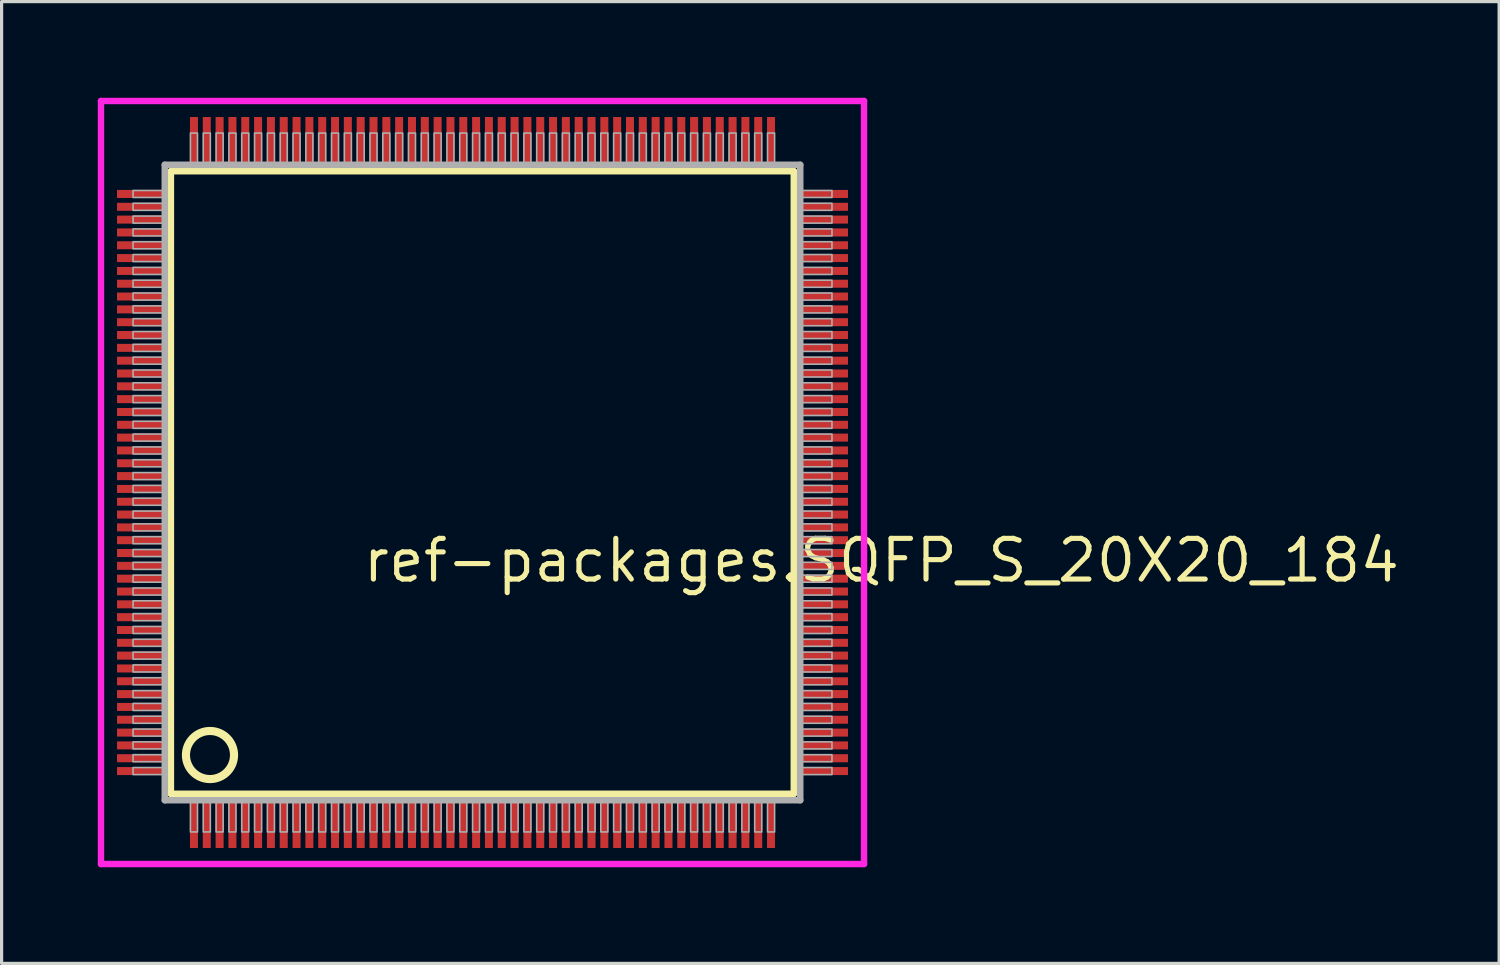
<source format=kicad_pcb>
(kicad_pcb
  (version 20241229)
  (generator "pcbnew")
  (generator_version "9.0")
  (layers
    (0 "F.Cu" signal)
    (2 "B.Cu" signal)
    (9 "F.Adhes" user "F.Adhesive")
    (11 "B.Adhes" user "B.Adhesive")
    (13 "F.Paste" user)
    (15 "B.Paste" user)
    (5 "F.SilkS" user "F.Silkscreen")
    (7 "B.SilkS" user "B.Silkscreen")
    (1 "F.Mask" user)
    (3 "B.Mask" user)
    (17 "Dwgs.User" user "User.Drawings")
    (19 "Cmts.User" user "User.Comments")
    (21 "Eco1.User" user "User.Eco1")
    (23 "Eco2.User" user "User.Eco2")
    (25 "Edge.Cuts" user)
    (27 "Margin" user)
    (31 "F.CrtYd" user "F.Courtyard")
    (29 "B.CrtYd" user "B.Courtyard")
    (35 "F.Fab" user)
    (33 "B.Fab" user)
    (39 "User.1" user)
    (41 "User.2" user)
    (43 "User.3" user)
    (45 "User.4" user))
  (footprint "ref-packages.SQFP_S_20X20_184"
    (layer "F.Cu")
    (at 12 12)
    (property "Reference" "ref-packages.SQFP_S_20X20_184" (at -3.81 3.175 0) (layer "F.SilkS") (effects (font (size 1.27 1.27) (thickness 0.16)) (justify left bottom)))
    (attr smd)
    (fp_line (start -9.72 -9.71) (end 9.71 -9.71) (stroke (width 0.203) (type default)) (layer "F.SilkS"))
    (fp_line (start -9.72 9.71) (end -9.72 -9.71) (stroke (width 0.203) (type default)) (layer "F.SilkS"))
    (fp_line (start 9.71 -9.71) (end 9.71 9.71) (stroke (width 0.203) (type default)) (layer "F.SilkS"))
    (fp_line (start 9.71 9.71) (end -9.72 9.71) (stroke (width 0.203) (type default)) (layer "F.SilkS"))
    (fp_circle (center -8.5 8.5) (end -7.75 8.5) (stroke (width 0.254) (type default)) (fill no) (layer "F.SilkS"))
    (fp_line (start -11.9 -11.9) (end 11.9 -11.9) (stroke (width 0.2) (type default)) (layer "F.CrtYd"))
    (fp_line (start -11.9 11.9) (end -11.9 -11.9) (stroke (width 0.2) (type default)) (layer "F.CrtYd"))
    (fp_line (start 11.9 -11.9) (end 11.9 11.9) (stroke (width 0.2) (type default)) (layer "F.CrtYd"))
    (fp_line (start 11.9 11.9) (end -11.9 11.9) (stroke (width 0.2) (type default)) (layer "F.CrtYd"))
    (fp_line (start -9.91 -9.91) (end -9.91 9.91) (stroke (width 0.203) (type default)) (layer "F.Fab"))
    (fp_line (start -9.91 9.91) (end 9.91 9.91) (stroke (width 0.203) (type default)) (layer "F.Fab"))
    (fp_line (start 9.91 -9.91) (end -9.91 -9.91) (stroke (width 0.203) (type default)) (layer "F.Fab"))
    (fp_line (start 9.91 9.91) (end 9.91 -9.91) (stroke (width 0.203) (type default)) (layer "F.Fab"))
    (fp_rect (start -10.9 -8.89) (end -9.95 -9.11) (stroke (width 0.05) (type default)) (fill no) (layer "F.Fab"))
    (fp_rect (start -10.9 -8.49) (end -9.95 -8.71) (stroke (width 0.05) (type default)) (fill no) (layer "F.Fab"))
    (fp_rect (start -10.9 -8.09) (end -9.95 -8.31) (stroke (width 0.05) (type default)) (fill no) (layer "F.Fab"))
    (fp_rect (start -10.9 -7.69) (end -9.95 -7.91) (stroke (width 0.05) (type default)) (fill no) (layer "F.Fab"))
    (fp_rect (start -10.9 -7.29) (end -9.95 -7.51) (stroke (width 0.05) (type default)) (fill no) (layer "F.Fab"))
    (fp_rect (start -10.9 -6.89) (end -9.95 -7.11) (stroke (width 0.05) (type default)) (fill no) (layer "F.Fab"))
    (fp_rect (start -10.9 -6.49) (end -9.95 -6.71) (stroke (width 0.05) (type default)) (fill no) (layer "F.Fab"))
    (fp_rect (start -10.9 -6.09) (end -9.95 -6.31) (stroke (width 0.05) (type default)) (fill no) (layer "F.Fab"))
    (fp_rect (start -10.9 -5.69) (end -9.95 -5.91) (stroke (width 0.05) (type default)) (fill no) (layer "F.Fab"))
    (fp_rect (start -10.9 -5.29) (end -9.95 -5.51) (stroke (width 0.05) (type default)) (fill no) (layer "F.Fab"))
    (fp_rect (start -10.9 -4.89) (end -9.95 -5.11) (stroke (width 0.05) (type default)) (fill no) (layer "F.Fab"))
    (fp_rect (start -10.9 -4.49) (end -9.95 -4.71) (stroke (width 0.05) (type default)) (fill no) (layer "F.Fab"))
    (fp_rect (start -10.9 -4.09) (end -9.95 -4.31) (stroke (width 0.05) (type default)) (fill no) (layer "F.Fab"))
    (fp_rect (start -10.9 -3.69) (end -9.95 -3.91) (stroke (width 0.05) (type default)) (fill no) (layer "F.Fab"))
    (fp_rect (start -10.9 -3.29) (end -9.95 -3.51) (stroke (width 0.05) (type default)) (fill no) (layer "F.Fab"))
    (fp_rect (start -10.9 -2.89) (end -9.95 -3.11) (stroke (width 0.05) (type default)) (fill no) (layer "F.Fab"))
    (fp_rect (start -10.9 -2.49) (end -9.95 -2.71) (stroke (width 0.05) (type default)) (fill no) (layer "F.Fab"))
    (fp_rect (start -10.9 -2.09) (end -9.95 -2.31) (stroke (width 0.05) (type default)) (fill no) (layer "F.Fab"))
    (fp_rect (start -10.9 -1.69) (end -9.95 -1.91) (stroke (width 0.05) (type default)) (fill no) (layer "F.Fab"))
    (fp_rect (start -10.9 -1.29) (end -9.95 -1.51) (stroke (width 0.05) (type default)) (fill no) (layer "F.Fab"))
    (fp_rect (start -10.9 -0.89) (end -9.95 -1.11) (stroke (width 0.05) (type default)) (fill no) (layer "F.Fab"))
    (fp_rect (start -10.9 -0.49) (end -9.95 -0.71) (stroke (width 0.05) (type default)) (fill no) (layer "F.Fab"))
    (fp_rect (start -10.9 -0.09) (end -9.95 -0.31) (stroke (width 0.05) (type default)) (fill no) (layer "F.Fab"))
    (fp_rect (start -10.9 0.31) (end -9.95 0.09) (stroke (width 0.05) (type default)) (fill no) (layer "F.Fab"))
    (fp_rect (start -10.9 0.71) (end -9.95 0.49) (stroke (width 0.05) (type default)) (fill no) (layer "F.Fab"))
    (fp_rect (start -10.9 1.11) (end -9.95 0.89) (stroke (width 0.05) (type default)) (fill no) (layer "F.Fab"))
    (fp_rect (start -10.9 1.51) (end -9.95 1.29) (stroke (width 0.05) (type default)) (fill no) (layer "F.Fab"))
    (fp_rect (start -10.9 1.91) (end -9.95 1.69) (stroke (width 0.05) (type default)) (fill no) (layer "F.Fab"))
    (fp_rect (start -10.9 2.31) (end -9.95 2.09) (stroke (width 0.05) (type default)) (fill no) (layer "F.Fab"))
    (fp_rect (start -10.9 2.71) (end -9.95 2.49) (stroke (width 0.05) (type default)) (fill no) (layer "F.Fab"))
    (fp_rect (start -10.9 3.11) (end -9.95 2.89) (stroke (width 0.05) (type default)) (fill no) (layer "F.Fab"))
    (fp_rect (start -10.9 3.51) (end -9.95 3.29) (stroke (width 0.05) (type default)) (fill no) (layer "F.Fab"))
    (fp_rect (start -10.9 3.91) (end -9.95 3.69) (stroke (width 0.05) (type default)) (fill no) (layer "F.Fab"))
    (fp_rect (start -10.9 4.31) (end -9.95 4.09) (stroke (width 0.05) (type default)) (fill no) (layer "F.Fab"))
    (fp_rect (start -10.9 4.71) (end -9.95 4.49) (stroke (width 0.05) (type default)) (fill no) (layer "F.Fab"))
    (fp_rect (start -10.9 5.11) (end -9.95 4.89) (stroke (width 0.05) (type default)) (fill no) (layer "F.Fab"))
    (fp_rect (start -10.9 5.51) (end -9.95 5.29) (stroke (width 0.05) (type default)) (fill no) (layer "F.Fab"))
    (fp_rect (start -10.9 5.91) (end -9.95 5.69) (stroke (width 0.05) (type default)) (fill no) (layer "F.Fab"))
    (fp_rect (start -10.9 6.31) (end -9.95 6.09) (stroke (width 0.05) (type default)) (fill no) (layer "F.Fab"))
    (fp_rect (start -10.9 6.71) (end -9.95 6.49) (stroke (width 0.05) (type default)) (fill no) (layer "F.Fab"))
    (fp_rect (start -10.9 7.11) (end -9.95 6.89) (stroke (width 0.05) (type default)) (fill no) (layer "F.Fab"))
    (fp_rect (start -10.9 7.51) (end -9.95 7.29) (stroke (width 0.05) (type default)) (fill no) (layer "F.Fab"))
    (fp_rect (start -10.9 7.91) (end -9.95 7.69) (stroke (width 0.05) (type default)) (fill no) (layer "F.Fab"))
    (fp_rect (start -10.9 8.31) (end -9.95 8.09) (stroke (width 0.05) (type default)) (fill no) (layer "F.Fab"))
    (fp_rect (start -10.9 8.71) (end -9.95 8.49) (stroke (width 0.05) (type default)) (fill no) (layer "F.Fab"))
    (fp_rect (start -10.9 9.11) (end -9.95 8.89) (stroke (width 0.05) (type default)) (fill no) (layer "F.Fab"))
    (fp_rect (start -9.11 -9.95) (end -8.89 -10.9) (stroke (width 0.05) (type default)) (fill no) (layer "F.Fab"))
    (fp_rect (start -9.11 10.9) (end -8.89 9.95) (stroke (width 0.05) (type default)) (fill no) (layer "F.Fab"))
    (fp_rect (start -8.71 -9.95) (end -8.49 -10.9) (stroke (width 0.05) (type default)) (fill no) (layer "F.Fab"))
    (fp_rect (start -8.71 10.9) (end -8.49 9.95) (stroke (width 0.05) (type default)) (fill no) (layer "F.Fab"))
    (fp_rect (start -8.31 -9.95) (end -8.09 -10.9) (stroke (width 0.05) (type default)) (fill no) (layer "F.Fab"))
    (fp_rect (start -8.31 10.9) (end -8.09 9.95) (stroke (width 0.05) (type default)) (fill no) (layer "F.Fab"))
    (fp_rect (start -7.91 -9.95) (end -7.69 -10.9) (stroke (width 0.05) (type default)) (fill no) (layer "F.Fab"))
    (fp_rect (start -7.91 10.9) (end -7.69 9.95) (stroke (width 0.05) (type default)) (fill no) (layer "F.Fab"))
    (fp_rect (start -7.51 -9.95) (end -7.29 -10.9) (stroke (width 0.05) (type default)) (fill no) (layer "F.Fab"))
    (fp_rect (start -7.51 10.9) (end -7.29 9.95) (stroke (width 0.05) (type default)) (fill no) (layer "F.Fab"))
    (fp_rect (start -7.11 -9.95) (end -6.89 -10.9) (stroke (width 0.05) (type default)) (fill no) (layer "F.Fab"))
    (fp_rect (start -7.11 10.9) (end -6.89 9.95) (stroke (width 0.05) (type default)) (fill no) (layer "F.Fab"))
    (fp_rect (start -6.71 -9.95) (end -6.49 -10.9) (stroke (width 0.05) (type default)) (fill no) (layer "F.Fab"))
    (fp_rect (start -6.71 10.9) (end -6.49 9.95) (stroke (width 0.05) (type default)) (fill no) (layer "F.Fab"))
    (fp_rect (start -6.31 -9.95) (end -6.09 -10.9) (stroke (width 0.05) (type default)) (fill no) (layer "F.Fab"))
    (fp_rect (start -6.31 10.9) (end -6.09 9.95) (stroke (width 0.05) (type default)) (fill no) (layer "F.Fab"))
    (fp_rect (start -5.91 -9.95) (end -5.69 -10.9) (stroke (width 0.05) (type default)) (fill no) (layer "F.Fab"))
    (fp_rect (start -5.91 10.9) (end -5.69 9.95) (stroke (width 0.05) (type default)) (fill no) (layer "F.Fab"))
    (fp_rect (start -5.51 -9.95) (end -5.29 -10.9) (stroke (width 0.05) (type default)) (fill no) (layer "F.Fab"))
    (fp_rect (start -5.51 10.9) (end -5.29 9.95) (stroke (width 0.05) (type default)) (fill no) (layer "F.Fab"))
    (fp_rect (start -5.11 -9.95) (end -4.89 -10.9) (stroke (width 0.05) (type default)) (fill no) (layer "F.Fab"))
    (fp_rect (start -5.11 10.9) (end -4.89 9.95) (stroke (width 0.05) (type default)) (fill no) (layer "F.Fab"))
    (fp_rect (start -4.71 -9.95) (end -4.49 -10.9) (stroke (width 0.05) (type default)) (fill no) (layer "F.Fab"))
    (fp_rect (start -4.71 10.9) (end -4.49 9.95) (stroke (width 0.05) (type default)) (fill no) (layer "F.Fab"))
    (fp_rect (start -4.31 -9.95) (end -4.09 -10.9) (stroke (width 0.05) (type default)) (fill no) (layer "F.Fab"))
    (fp_rect (start -4.31 10.9) (end -4.09 9.95) (stroke (width 0.05) (type default)) (fill no) (layer "F.Fab"))
    (fp_rect (start -3.91 -9.95) (end -3.69 -10.9) (stroke (width 0.05) (type default)) (fill no) (layer "F.Fab"))
    (fp_rect (start -3.91 10.9) (end -3.69 9.95) (stroke (width 0.05) (type default)) (fill no) (layer "F.Fab"))
    (fp_rect (start -3.51 -9.95) (end -3.29 -10.9) (stroke (width 0.05) (type default)) (fill no) (layer "F.Fab"))
    (fp_rect (start -3.51 10.9) (end -3.29 9.95) (stroke (width 0.05) (type default)) (fill no) (layer "F.Fab"))
    (fp_rect (start -3.11 -9.95) (end -2.89 -10.9) (stroke (width 0.05) (type default)) (fill no) (layer "F.Fab"))
    (fp_rect (start -3.11 10.9) (end -2.89 9.95) (stroke (width 0.05) (type default)) (fill no) (layer "F.Fab"))
    (fp_rect (start -2.71 -9.95) (end -2.49 -10.9) (stroke (width 0.05) (type default)) (fill no) (layer "F.Fab"))
    (fp_rect (start -2.71 10.9) (end -2.49 9.95) (stroke (width 0.05) (type default)) (fill no) (layer "F.Fab"))
    (fp_rect (start -2.31 -9.95) (end -2.09 -10.9) (stroke (width 0.05) (type default)) (fill no) (layer "F.Fab"))
    (fp_rect (start -2.31 10.9) (end -2.09 9.95) (stroke (width 0.05) (type default)) (fill no) (layer "F.Fab"))
    (fp_rect (start -1.91 -9.95) (end -1.69 -10.9) (stroke (width 0.05) (type default)) (fill no) (layer "F.Fab"))
    (fp_rect (start -1.91 10.9) (end -1.69 9.95) (stroke (width 0.05) (type default)) (fill no) (layer "F.Fab"))
    (fp_rect (start -1.51 -9.95) (end -1.29 -10.9) (stroke (width 0.05) (type default)) (fill no) (layer "F.Fab"))
    (fp_rect (start -1.51 10.9) (end -1.29 9.95) (stroke (width 0.05) (type default)) (fill no) (layer "F.Fab"))
    (fp_rect (start -1.11 -9.95) (end -0.89 -10.9) (stroke (width 0.05) (type default)) (fill no) (layer "F.Fab"))
    (fp_rect (start -1.11 10.9) (end -0.89 9.95) (stroke (width 0.05) (type default)) (fill no) (layer "F.Fab"))
    (fp_rect (start -0.71 -9.95) (end -0.49 -10.9) (stroke (width 0.05) (type default)) (fill no) (layer "F.Fab"))
    (fp_rect (start -0.71 10.9) (end -0.49 9.95) (stroke (width 0.05) (type default)) (fill no) (layer "F.Fab"))
    (fp_rect (start -0.31 -9.95) (end -0.09 -10.9) (stroke (width 0.05) (type default)) (fill no) (layer "F.Fab"))
    (fp_rect (start -0.31 10.9) (end -0.09 9.95) (stroke (width 0.05) (type default)) (fill no) (layer "F.Fab"))
    (fp_rect (start 0.09 -9.95) (end 0.31 -10.9) (stroke (width 0.05) (type default)) (fill no) (layer "F.Fab"))
    (fp_rect (start 0.09 10.9) (end 0.31 9.95) (stroke (width 0.05) (type default)) (fill no) (layer "F.Fab"))
    (fp_rect (start 0.49 -9.95) (end 0.71 -10.9) (stroke (width 0.05) (type default)) (fill no) (layer "F.Fab"))
    (fp_rect (start 0.49 10.9) (end 0.71 9.95) (stroke (width 0.05) (type default)) (fill no) (layer "F.Fab"))
    (fp_rect (start 0.89 -9.95) (end 1.11 -10.9) (stroke (width 0.05) (type default)) (fill no) (layer "F.Fab"))
    (fp_rect (start 0.89 10.9) (end 1.11 9.95) (stroke (width 0.05) (type default)) (fill no) (layer "F.Fab"))
    (fp_rect (start 1.29 -9.95) (end 1.51 -10.9) (stroke (width 0.05) (type default)) (fill no) (layer "F.Fab"))
    (fp_rect (start 1.29 10.9) (end 1.51 9.95) (stroke (width 0.05) (type default)) (fill no) (layer "F.Fab"))
    (fp_rect (start 1.69 -9.95) (end 1.91 -10.9) (stroke (width 0.05) (type default)) (fill no) (layer "F.Fab"))
    (fp_rect (start 1.69 10.9) (end 1.91 9.95) (stroke (width 0.05) (type default)) (fill no) (layer "F.Fab"))
    (fp_rect (start 2.09 -9.95) (end 2.31 -10.9) (stroke (width 0.05) (type default)) (fill no) (layer "F.Fab"))
    (fp_rect (start 2.09 10.9) (end 2.31 9.95) (stroke (width 0.05) (type default)) (fill no) (layer "F.Fab"))
    (fp_rect (start 2.49 -9.95) (end 2.71 -10.9) (stroke (width 0.05) (type default)) (fill no) (layer "F.Fab"))
    (fp_rect (start 2.49 10.9) (end 2.71 9.95) (stroke (width 0.05) (type default)) (fill no) (layer "F.Fab"))
    (fp_rect (start 2.89 -9.95) (end 3.11 -10.9) (stroke (width 0.05) (type default)) (fill no) (layer "F.Fab"))
    (fp_rect (start 2.89 10.9) (end 3.11 9.95) (stroke (width 0.05) (type default)) (fill no) (layer "F.Fab"))
    (fp_rect (start 3.29 -9.95) (end 3.51 -10.9) (stroke (width 0.05) (type default)) (fill no) (layer "F.Fab"))
    (fp_rect (start 3.29 10.9) (end 3.51 9.95) (stroke (width 0.05) (type default)) (fill no) (layer "F.Fab"))
    (fp_rect (start 3.69 -9.95) (end 3.91 -10.9) (stroke (width 0.05) (type default)) (fill no) (layer "F.Fab"))
    (fp_rect (start 3.69 10.9) (end 3.91 9.95) (stroke (width 0.05) (type default)) (fill no) (layer "F.Fab"))
    (fp_rect (start 4.09 -9.95) (end 4.31 -10.9) (stroke (width 0.05) (type default)) (fill no) (layer "F.Fab"))
    (fp_rect (start 4.09 10.9) (end 4.31 9.95) (stroke (width 0.05) (type default)) (fill no) (layer "F.Fab"))
    (fp_rect (start 4.49 -9.95) (end 4.71 -10.9) (stroke (width 0.05) (type default)) (fill no) (layer "F.Fab"))
    (fp_rect (start 4.49 10.9) (end 4.71 9.95) (stroke (width 0.05) (type default)) (fill no) (layer "F.Fab"))
    (fp_rect (start 4.89 -9.95) (end 5.11 -10.9) (stroke (width 0.05) (type default)) (fill no) (layer "F.Fab"))
    (fp_rect (start 4.89 10.9) (end 5.11 9.95) (stroke (width 0.05) (type default)) (fill no) (layer "F.Fab"))
    (fp_rect (start 5.29 -9.95) (end 5.51 -10.9) (stroke (width 0.05) (type default)) (fill no) (layer "F.Fab"))
    (fp_rect (start 5.29 10.9) (end 5.51 9.95) (stroke (width 0.05) (type default)) (fill no) (layer "F.Fab"))
    (fp_rect (start 5.69 -9.95) (end 5.91 -10.9) (stroke (width 0.05) (type default)) (fill no) (layer "F.Fab"))
    (fp_rect (start 5.69 10.9) (end 5.91 9.95) (stroke (width 0.05) (type default)) (fill no) (layer "F.Fab"))
    (fp_rect (start 6.09 -9.95) (end 6.31 -10.9) (stroke (width 0.05) (type default)) (fill no) (layer "F.Fab"))
    (fp_rect (start 6.09 10.9) (end 6.31 9.95) (stroke (width 0.05) (type default)) (fill no) (layer "F.Fab"))
    (fp_rect (start 6.49 -9.95) (end 6.71 -10.9) (stroke (width 0.05) (type default)) (fill no) (layer "F.Fab"))
    (fp_rect (start 6.49 10.9) (end 6.71 9.95) (stroke (width 0.05) (type default)) (fill no) (layer "F.Fab"))
    (fp_rect (start 6.89 -9.95) (end 7.11 -10.9) (stroke (width 0.05) (type default)) (fill no) (layer "F.Fab"))
    (fp_rect (start 6.89 10.9) (end 7.11 9.95) (stroke (width 0.05) (type default)) (fill no) (layer "F.Fab"))
    (fp_rect (start 7.29 -9.95) (end 7.51 -10.9) (stroke (width 0.05) (type default)) (fill no) (layer "F.Fab"))
    (fp_rect (start 7.29 10.9) (end 7.51 9.95) (stroke (width 0.05) (type default)) (fill no) (layer "F.Fab"))
    (fp_rect (start 7.69 -9.95) (end 7.91 -10.9) (stroke (width 0.05) (type default)) (fill no) (layer "F.Fab"))
    (fp_rect (start 7.69 10.9) (end 7.91 9.95) (stroke (width 0.05) (type default)) (fill no) (layer "F.Fab"))
    (fp_rect (start 8.09 -9.95) (end 8.31 -10.9) (stroke (width 0.05) (type default)) (fill no) (layer "F.Fab"))
    (fp_rect (start 8.09 10.9) (end 8.31 9.95) (stroke (width 0.05) (type default)) (fill no) (layer "F.Fab"))
    (fp_rect (start 8.49 -9.95) (end 8.71 -10.9) (stroke (width 0.05) (type default)) (fill no) (layer "F.Fab"))
    (fp_rect (start 8.49 10.9) (end 8.71 9.95) (stroke (width 0.05) (type default)) (fill no) (layer "F.Fab"))
    (fp_rect (start 8.89 -9.95) (end 9.11 -10.9) (stroke (width 0.05) (type default)) (fill no) (layer "F.Fab"))
    (fp_rect (start 8.89 10.9) (end 9.11 9.95) (stroke (width 0.05) (type default)) (fill no) (layer "F.Fab"))
    (fp_rect (start 9.95 -8.89) (end 10.9 -9.11) (stroke (width 0.05) (type default)) (fill no) (layer "F.Fab"))
    (fp_rect (start 9.95 -8.49) (end 10.9 -8.71) (stroke (width 0.05) (type default)) (fill no) (layer "F.Fab"))
    (fp_rect (start 9.95 -8.09) (end 10.9 -8.31) (stroke (width 0.05) (type default)) (fill no) (layer "F.Fab"))
    (fp_rect (start 9.95 -7.69) (end 10.9 -7.91) (stroke (width 0.05) (type default)) (fill no) (layer "F.Fab"))
    (fp_rect (start 9.95 -7.29) (end 10.9 -7.51) (stroke (width 0.05) (type default)) (fill no) (layer "F.Fab"))
    (fp_rect (start 9.95 -6.89) (end 10.9 -7.11) (stroke (width 0.05) (type default)) (fill no) (layer "F.Fab"))
    (fp_rect (start 9.95 -6.49) (end 10.9 -6.71) (stroke (width 0.05) (type default)) (fill no) (layer "F.Fab"))
    (fp_rect (start 9.95 -6.09) (end 10.9 -6.31) (stroke (width 0.05) (type default)) (fill no) (layer "F.Fab"))
    (fp_rect (start 9.95 -5.69) (end 10.9 -5.91) (stroke (width 0.05) (type default)) (fill no) (layer "F.Fab"))
    (fp_rect (start 9.95 -5.29) (end 10.9 -5.51) (stroke (width 0.05) (type default)) (fill no) (layer "F.Fab"))
    (fp_rect (start 9.95 -4.89) (end 10.9 -5.11) (stroke (width 0.05) (type default)) (fill no) (layer "F.Fab"))
    (fp_rect (start 9.95 -4.49) (end 10.9 -4.71) (stroke (width 0.05) (type default)) (fill no) (layer "F.Fab"))
    (fp_rect (start 9.95 -4.09) (end 10.9 -4.31) (stroke (width 0.05) (type default)) (fill no) (layer "F.Fab"))
    (fp_rect (start 9.95 -3.69) (end 10.9 -3.91) (stroke (width 0.05) (type default)) (fill no) (layer "F.Fab"))
    (fp_rect (start 9.95 -3.29) (end 10.9 -3.51) (stroke (width 0.05) (type default)) (fill no) (layer "F.Fab"))
    (fp_rect (start 9.95 -2.89) (end 10.9 -3.11) (stroke (width 0.05) (type default)) (fill no) (layer "F.Fab"))
    (fp_rect (start 9.95 -2.49) (end 10.9 -2.71) (stroke (width 0.05) (type default)) (fill no) (layer "F.Fab"))
    (fp_rect (start 9.95 -2.09) (end 10.9 -2.31) (stroke (width 0.05) (type default)) (fill no) (layer "F.Fab"))
    (fp_rect (start 9.95 -1.69) (end 10.9 -1.91) (stroke (width 0.05) (type default)) (fill no) (layer "F.Fab"))
    (fp_rect (start 9.95 -1.29) (end 10.9 -1.51) (stroke (width 0.05) (type default)) (fill no) (layer "F.Fab"))
    (fp_rect (start 9.95 -0.89) (end 10.9 -1.11) (stroke (width 0.05) (type default)) (fill no) (layer "F.Fab"))
    (fp_rect (start 9.95 -0.49) (end 10.9 -0.71) (stroke (width 0.05) (type default)) (fill no) (layer "F.Fab"))
    (fp_rect (start 9.95 -0.09) (end 10.9 -0.31) (stroke (width 0.05) (type default)) (fill no) (layer "F.Fab"))
    (fp_rect (start 9.95 0.31) (end 10.9 0.09) (stroke (width 0.05) (type default)) (fill no) (layer "F.Fab"))
    (fp_rect (start 9.95 0.71) (end 10.9 0.49) (stroke (width 0.05) (type default)) (fill no) (layer "F.Fab"))
    (fp_rect (start 9.95 1.11) (end 10.9 0.89) (stroke (width 0.05) (type default)) (fill no) (layer "F.Fab"))
    (fp_rect (start 9.95 1.51) (end 10.9 1.29) (stroke (width 0.05) (type default)) (fill no) (layer "F.Fab"))
    (fp_rect (start 9.95 1.91) (end 10.9 1.69) (stroke (width 0.05) (type default)) (fill no) (layer "F.Fab"))
    (fp_rect (start 9.95 2.31) (end 10.9 2.09) (stroke (width 0.05) (type default)) (fill no) (layer "F.Fab"))
    (fp_rect (start 9.95 2.71) (end 10.9 2.49) (stroke (width 0.05) (type default)) (fill no) (layer "F.Fab"))
    (fp_rect (start 9.95 3.11) (end 10.9 2.89) (stroke (width 0.05) (type default)) (fill no) (layer "F.Fab"))
    (fp_rect (start 9.95 3.51) (end 10.9 3.29) (stroke (width 0.05) (type default)) (fill no) (layer "F.Fab"))
    (fp_rect (start 9.95 3.91) (end 10.9 3.69) (stroke (width 0.05) (type default)) (fill no) (layer "F.Fab"))
    (fp_rect (start 9.95 4.31) (end 10.9 4.09) (stroke (width 0.05) (type default)) (fill no) (layer "F.Fab"))
    (fp_rect (start 9.95 4.71) (end 10.9 4.49) (stroke (width 0.05) (type default)) (fill no) (layer "F.Fab"))
    (fp_rect (start 9.95 5.11) (end 10.9 4.89) (stroke (width 0.05) (type default)) (fill no) (layer "F.Fab"))
    (fp_rect (start 9.95 5.51) (end 10.9 5.29) (stroke (width 0.05) (type default)) (fill no) (layer "F.Fab"))
    (fp_rect (start 9.95 5.91) (end 10.9 5.69) (stroke (width 0.05) (type default)) (fill no) (layer "F.Fab"))
    (fp_rect (start 9.95 6.31) (end 10.9 6.09) (stroke (width 0.05) (type default)) (fill no) (layer "F.Fab"))
    (fp_rect (start 9.95 6.71) (end 10.9 6.49) (stroke (width 0.05) (type default)) (fill no) (layer "F.Fab"))
    (fp_rect (start 9.95 7.11) (end 10.9 6.89) (stroke (width 0.05) (type default)) (fill no) (layer "F.Fab"))
    (fp_rect (start 9.95 7.51) (end 10.9 7.29) (stroke (width 0.05) (type default)) (fill no) (layer "F.Fab"))
    (fp_rect (start 9.95 7.91) (end 10.9 7.69) (stroke (width 0.05) (type default)) (fill no) (layer "F.Fab"))
    (fp_rect (start 9.95 8.31) (end 10.9 8.09) (stroke (width 0.05) (type default)) (fill no) (layer "F.Fab"))
    (fp_rect (start 9.95 8.71) (end 10.9 8.49) (stroke (width 0.05) (type default)) (fill no) (layer "F.Fab"))
    (fp_rect (start 9.95 9.11) (end 10.9 8.89) (stroke (width 0.05) (type default)) (fill no) (layer "F.Fab"))
    (pad "1" smd roundrect (at -9 10.6) (size 0.25 1.6) (layers "F.Cu" "F.Mask" "F.Paste") (roundrect_rratio 0.01))
    (pad "2" smd roundrect (at -8.6 10.6) (size 0.25 1.6) (layers "F.Cu" "F.Mask" "F.Paste") (roundrect_rratio 0.01))
    (pad "3" smd roundrect (at -8.2 10.6) (size 0.25 1.6) (layers "F.Cu" "F.Mask" "F.Paste") (roundrect_rratio 0.01))
    (pad "4" smd roundrect (at -7.8 10.6) (size 0.25 1.6) (layers "F.Cu" "F.Mask" "F.Paste") (roundrect_rratio 0.01))
    (pad "5" smd roundrect (at -7.4 10.6) (size 0.25 1.6) (layers "F.Cu" "F.Mask" "F.Paste") (roundrect_rratio 0.01))
    (pad "6" smd roundrect (at -7 10.6) (size 0.25 1.6) (layers "F.Cu" "F.Mask" "F.Paste") (roundrect_rratio 0.01))
    (pad "7" smd roundrect (at -6.6 10.6) (size 0.25 1.6) (layers "F.Cu" "F.Mask" "F.Paste") (roundrect_rratio 0.01))
    (pad "8" smd roundrect (at -6.2 10.6) (size 0.25 1.6) (layers "F.Cu" "F.Mask" "F.Paste") (roundrect_rratio 0.01))
    (pad "9" smd roundrect (at -5.8 10.6) (size 0.25 1.6) (layers "F.Cu" "F.Mask" "F.Paste") (roundrect_rratio 0.01))
    (pad "10" smd roundrect (at -5.4 10.6) (size 0.25 1.6) (layers "F.Cu" "F.Mask" "F.Paste") (roundrect_rratio 0.01))
    (pad "11" smd roundrect (at -5 10.6) (size 0.25 1.6) (layers "F.Cu" "F.Mask" "F.Paste") (roundrect_rratio 0.01))
    (pad "12" smd roundrect (at -4.6 10.6) (size 0.25 1.6) (layers "F.Cu" "F.Mask" "F.Paste") (roundrect_rratio 0.01))
    (pad "13" smd roundrect (at -4.2 10.6) (size 0.25 1.6) (layers "F.Cu" "F.Mask" "F.Paste") (roundrect_rratio 0.01))
    (pad "14" smd roundrect (at -3.8 10.6) (size 0.25 1.6) (layers "F.Cu" "F.Mask" "F.Paste") (roundrect_rratio 0.01))
    (pad "15" smd roundrect (at -3.4 10.6) (size 0.25 1.6) (layers "F.Cu" "F.Mask" "F.Paste") (roundrect_rratio 0.01))
    (pad "16" smd roundrect (at -3 10.6) (size 0.25 1.6) (layers "F.Cu" "F.Mask" "F.Paste") (roundrect_rratio 0.01))
    (pad "17" smd roundrect (at -2.6 10.6) (size 0.25 1.6) (layers "F.Cu" "F.Mask" "F.Paste") (roundrect_rratio 0.01))
    (pad "18" smd roundrect (at -2.2 10.6) (size 0.25 1.6) (layers "F.Cu" "F.Mask" "F.Paste") (roundrect_rratio 0.01))
    (pad "19" smd roundrect (at -1.8 10.6) (size 0.25 1.6) (layers "F.Cu" "F.Mask" "F.Paste") (roundrect_rratio 0.01))
    (pad "20" smd roundrect (at -1.4 10.6) (size 0.25 1.6) (layers "F.Cu" "F.Mask" "F.Paste") (roundrect_rratio 0.01))
    (pad "21" smd roundrect (at -1 10.6) (size 0.25 1.6) (layers "F.Cu" "F.Mask" "F.Paste") (roundrect_rratio 0.01))
    (pad "22" smd roundrect (at -0.6 10.6) (size 0.25 1.6) (layers "F.Cu" "F.Mask" "F.Paste") (roundrect_rratio 0.01))
    (pad "23" smd roundrect (at -0.2 10.6) (size 0.25 1.6) (layers "F.Cu" "F.Mask" "F.Paste") (roundrect_rratio 0.01))
    (pad "24" smd roundrect (at 0.2 10.6) (size 0.25 1.6) (layers "F.Cu" "F.Mask" "F.Paste") (roundrect_rratio 0.01))
    (pad "25" smd roundrect (at 0.6 10.6) (size 0.25 1.6) (layers "F.Cu" "F.Mask" "F.Paste") (roundrect_rratio 0.01))
    (pad "26" smd roundrect (at 1 10.6) (size 0.25 1.6) (layers "F.Cu" "F.Mask" "F.Paste") (roundrect_rratio 0.01))
    (pad "27" smd roundrect (at 1.4 10.6) (size 0.25 1.6) (layers "F.Cu" "F.Mask" "F.Paste") (roundrect_rratio 0.01))
    (pad "28" smd roundrect (at 1.8 10.6) (size 0.25 1.6) (layers "F.Cu" "F.Mask" "F.Paste") (roundrect_rratio 0.01))
    (pad "29" smd roundrect (at 2.2 10.6) (size 0.25 1.6) (layers "F.Cu" "F.Mask" "F.Paste") (roundrect_rratio 0.01))
    (pad "30" smd roundrect (at 2.6 10.6) (size 0.25 1.6) (layers "F.Cu" "F.Mask" "F.Paste") (roundrect_rratio 0.01))
    (pad "31" smd roundrect (at 3 10.6) (size 0.25 1.6) (layers "F.Cu" "F.Mask" "F.Paste") (roundrect_rratio 0.01))
    (pad "32" smd roundrect (at 3.4 10.6) (size 0.25 1.6) (layers "F.Cu" "F.Mask" "F.Paste") (roundrect_rratio 0.01))
    (pad "33" smd roundrect (at 3.8 10.6) (size 0.25 1.6) (layers "F.Cu" "F.Mask" "F.Paste") (roundrect_rratio 0.01))
    (pad "34" smd roundrect (at 4.2 10.6) (size 0.25 1.6) (layers "F.Cu" "F.Mask" "F.Paste") (roundrect_rratio 0.01))
    (pad "35" smd roundrect (at 4.6 10.6) (size 0.25 1.6) (layers "F.Cu" "F.Mask" "F.Paste") (roundrect_rratio 0.01))
    (pad "36" smd roundrect (at 5 10.6) (size 0.25 1.6) (layers "F.Cu" "F.Mask" "F.Paste") (roundrect_rratio 0.01))
    (pad "37" smd roundrect (at 5.4 10.6) (size 0.25 1.6) (layers "F.Cu" "F.Mask" "F.Paste") (roundrect_rratio 0.01))
    (pad "38" smd roundrect (at 5.8 10.6) (size 0.25 1.6) (layers "F.Cu" "F.Mask" "F.Paste") (roundrect_rratio 0.01))
    (pad "39" smd roundrect (at 6.2 10.6) (size 0.25 1.6) (layers "F.Cu" "F.Mask" "F.Paste") (roundrect_rratio 0.01))
    (pad "40" smd roundrect (at 6.6 10.6) (size 0.25 1.6) (layers "F.Cu" "F.Mask" "F.Paste") (roundrect_rratio 0.01))
    (pad "41" smd roundrect (at 7 10.6) (size 0.25 1.6) (layers "F.Cu" "F.Mask" "F.Paste") (roundrect_rratio 0.01))
    (pad "42" smd roundrect (at 7.4 10.6) (size 0.25 1.6) (layers "F.Cu" "F.Mask" "F.Paste") (roundrect_rratio 0.01))
    (pad "43" smd roundrect (at 7.8 10.6) (size 0.25 1.6) (layers "F.Cu" "F.Mask" "F.Paste") (roundrect_rratio 0.01))
    (pad "44" smd roundrect (at 8.2 10.6) (size 0.25 1.6) (layers "F.Cu" "F.Mask" "F.Paste") (roundrect_rratio 0.01))
    (pad "45" smd roundrect (at 8.6 10.6) (size 0.25 1.6) (layers "F.Cu" "F.Mask" "F.Paste") (roundrect_rratio 0.01))
    (pad "46" smd roundrect (at 9 10.6) (size 0.25 1.6) (layers "F.Cu" "F.Mask" "F.Paste") (roundrect_rratio 0.01))
    (pad "47" smd roundrect (at 10.6 9) (size 1.6 0.25) (layers "F.Cu" "F.Mask" "F.Paste") (roundrect_rratio 0.01))
    (pad "48" smd roundrect (at 10.6 8.6) (size 1.6 0.25) (layers "F.Cu" "F.Mask" "F.Paste") (roundrect_rratio 0.01))
    (pad "49" smd roundrect (at 10.6 8.2) (size 1.6 0.25) (layers "F.Cu" "F.Mask" "F.Paste") (roundrect_rratio 0.01))
    (pad "50" smd roundrect (at 10.6 7.8) (size 1.6 0.25) (layers "F.Cu" "F.Mask" "F.Paste") (roundrect_rratio 0.01))
    (pad "51" smd roundrect (at 10.6 7.4) (size 1.6 0.25) (layers "F.Cu" "F.Mask" "F.Paste") (roundrect_rratio 0.01))
    (pad "52" smd roundrect (at 10.6 7) (size 1.6 0.25) (layers "F.Cu" "F.Mask" "F.Paste") (roundrect_rratio 0.01))
    (pad "53" smd roundrect (at 10.6 6.6) (size 1.6 0.25) (layers "F.Cu" "F.Mask" "F.Paste") (roundrect_rratio 0.01))
    (pad "54" smd roundrect (at 10.6 6.2) (size 1.6 0.25) (layers "F.Cu" "F.Mask" "F.Paste") (roundrect_rratio 0.01))
    (pad "55" smd roundrect (at 10.6 5.8) (size 1.6 0.25) (layers "F.Cu" "F.Mask" "F.Paste") (roundrect_rratio 0.01))
    (pad "56" smd roundrect (at 10.6 5.4) (size 1.6 0.25) (layers "F.Cu" "F.Mask" "F.Paste") (roundrect_rratio 0.01))
    (pad "57" smd roundrect (at 10.6 5) (size 1.6 0.25) (layers "F.Cu" "F.Mask" "F.Paste") (roundrect_rratio 0.01))
    (pad "58" smd roundrect (at 10.6 4.6) (size 1.6 0.25) (layers "F.Cu" "F.Mask" "F.Paste") (roundrect_rratio 0.01))
    (pad "59" smd roundrect (at 10.6 4.2) (size 1.6 0.25) (layers "F.Cu" "F.Mask" "F.Paste") (roundrect_rratio 0.01))
    (pad "60" smd roundrect (at 10.6 3.8) (size 1.6 0.25) (layers "F.Cu" "F.Mask" "F.Paste") (roundrect_rratio 0.01))
    (pad "61" smd roundrect (at 10.6 3.4) (size 1.6 0.25) (layers "F.Cu" "F.Mask" "F.Paste") (roundrect_rratio 0.01))
    (pad "62" smd roundrect (at 10.6 3) (size 1.6 0.25) (layers "F.Cu" "F.Mask" "F.Paste") (roundrect_rratio 0.01))
    (pad "63" smd roundrect (at 10.6 2.6) (size 1.6 0.25) (layers "F.Cu" "F.Mask" "F.Paste") (roundrect_rratio 0.01))
    (pad "64" smd roundrect (at 10.6 2.2) (size 1.6 0.25) (layers "F.Cu" "F.Mask" "F.Paste") (roundrect_rratio 0.01))
    (pad "65" smd roundrect (at 10.6 1.8) (size 1.6 0.25) (layers "F.Cu" "F.Mask" "F.Paste") (roundrect_rratio 0.01))
    (pad "66" smd roundrect (at 10.6 1.4) (size 1.6 0.25) (layers "F.Cu" "F.Mask" "F.Paste") (roundrect_rratio 0.01))
    (pad "67" smd roundrect (at 10.6 1) (size 1.6 0.25) (layers "F.Cu" "F.Mask" "F.Paste") (roundrect_rratio 0.01))
    (pad "68" smd roundrect (at 10.6 0.6) (size 1.6 0.25) (layers "F.Cu" "F.Mask" "F.Paste") (roundrect_rratio 0.01))
    (pad "69" smd roundrect (at 10.6 0.2) (size 1.6 0.25) (layers "F.Cu" "F.Mask" "F.Paste") (roundrect_rratio 0.01))
    (pad "70" smd roundrect (at 10.6 -0.2) (size 1.6 0.25) (layers "F.Cu" "F.Mask" "F.Paste") (roundrect_rratio 0.01))
    (pad "71" smd roundrect (at 10.6 -0.6) (size 1.6 0.25) (layers "F.Cu" "F.Mask" "F.Paste") (roundrect_rratio 0.01))
    (pad "72" smd roundrect (at 10.6 -1) (size 1.6 0.25) (layers "F.Cu" "F.Mask" "F.Paste") (roundrect_rratio 0.01))
    (pad "73" smd roundrect (at 10.6 -1.4) (size 1.6 0.25) (layers "F.Cu" "F.Mask" "F.Paste") (roundrect_rratio 0.01))
    (pad "74" smd roundrect (at 10.6 -1.8) (size 1.6 0.25) (layers "F.Cu" "F.Mask" "F.Paste") (roundrect_rratio 0.01))
    (pad "75" smd roundrect (at 10.6 -2.2) (size 1.6 0.25) (layers "F.Cu" "F.Mask" "F.Paste") (roundrect_rratio 0.01))
    (pad "76" smd roundrect (at 10.6 -2.6) (size 1.6 0.25) (layers "F.Cu" "F.Mask" "F.Paste") (roundrect_rratio 0.01))
    (pad "77" smd roundrect (at 10.6 -3) (size 1.6 0.25) (layers "F.Cu" "F.Mask" "F.Paste") (roundrect_rratio 0.01))
    (pad "78" smd roundrect (at 10.6 -3.4) (size 1.6 0.25) (layers "F.Cu" "F.Mask" "F.Paste") (roundrect_rratio 0.01))
    (pad "79" smd roundrect (at 10.6 -3.8) (size 1.6 0.25) (layers "F.Cu" "F.Mask" "F.Paste") (roundrect_rratio 0.01))
    (pad "80" smd roundrect (at 10.6 -4.2) (size 1.6 0.25) (layers "F.Cu" "F.Mask" "F.Paste") (roundrect_rratio 0.01))
    (pad "81" smd roundrect (at 10.6 -4.6) (size 1.6 0.25) (layers "F.Cu" "F.Mask" "F.Paste") (roundrect_rratio 0.01))
    (pad "82" smd roundrect (at 10.6 -5) (size 1.6 0.25) (layers "F.Cu" "F.Mask" "F.Paste") (roundrect_rratio 0.01))
    (pad "83" smd roundrect (at 10.6 -5.4) (size 1.6 0.25) (layers "F.Cu" "F.Mask" "F.Paste") (roundrect_rratio 0.01))
    (pad "84" smd roundrect (at 10.6 -5.8) (size 1.6 0.25) (layers "F.Cu" "F.Mask" "F.Paste") (roundrect_rratio 0.01))
    (pad "85" smd roundrect (at 10.6 -6.2) (size 1.6 0.25) (layers "F.Cu" "F.Mask" "F.Paste") (roundrect_rratio 0.01))
    (pad "86" smd roundrect (at 10.6 -6.6) (size 1.6 0.25) (layers "F.Cu" "F.Mask" "F.Paste") (roundrect_rratio 0.01))
    (pad "87" smd roundrect (at 10.6 -7) (size 1.6 0.25) (layers "F.Cu" "F.Mask" "F.Paste") (roundrect_rratio 0.01))
    (pad "88" smd roundrect (at 10.6 -7.4) (size 1.6 0.25) (layers "F.Cu" "F.Mask" "F.Paste") (roundrect_rratio 0.01))
    (pad "89" smd roundrect (at 10.6 -7.8) (size 1.6 0.25) (layers "F.Cu" "F.Mask" "F.Paste") (roundrect_rratio 0.01))
    (pad "90" smd roundrect (at 10.6 -8.2) (size 1.6 0.25) (layers "F.Cu" "F.Mask" "F.Paste") (roundrect_rratio 0.01))
    (pad "91" smd roundrect (at 10.6 -8.6) (size 1.6 0.25) (layers "F.Cu" "F.Mask" "F.Paste") (roundrect_rratio 0.01))
    (pad "92" smd roundrect (at 10.6 -9) (size 1.6 0.25) (layers "F.Cu" "F.Mask" "F.Paste") (roundrect_rratio 0.01))
    (pad "93" smd roundrect (at 9 -10.6) (size 0.25 1.6) (layers "F.Cu" "F.Mask" "F.Paste") (roundrect_rratio 0.01))
    (pad "94" smd roundrect (at 8.6 -10.6) (size 0.25 1.6) (layers "F.Cu" "F.Mask" "F.Paste") (roundrect_rratio 0.01))
    (pad "95" smd roundrect (at 8.2 -10.6) (size 0.25 1.6) (layers "F.Cu" "F.Mask" "F.Paste") (roundrect_rratio 0.01))
    (pad "96" smd roundrect (at 7.8 -10.6) (size 0.25 1.6) (layers "F.Cu" "F.Mask" "F.Paste") (roundrect_rratio 0.01))
    (pad "97" smd roundrect (at 7.4 -10.6) (size 0.25 1.6) (layers "F.Cu" "F.Mask" "F.Paste") (roundrect_rratio 0.01))
    (pad "98" smd roundrect (at 7 -10.6) (size 0.25 1.6) (layers "F.Cu" "F.Mask" "F.Paste") (roundrect_rratio 0.01))
    (pad "99" smd roundrect (at 6.6 -10.6) (size 0.25 1.6) (layers "F.Cu" "F.Mask" "F.Paste") (roundrect_rratio 0.01))
    (pad "100" smd roundrect (at 6.2 -10.6) (size 0.25 1.6) (layers "F.Cu" "F.Mask" "F.Paste") (roundrect_rratio 0.01))
    (pad "101" smd roundrect (at 5.8 -10.6) (size 0.25 1.6) (layers "F.Cu" "F.Mask" "F.Paste") (roundrect_rratio 0.01))
    (pad "102" smd roundrect (at 5.4 -10.6) (size 0.25 1.6) (layers "F.Cu" "F.Mask" "F.Paste") (roundrect_rratio 0.01))
    (pad "103" smd roundrect (at 5 -10.6) (size 0.25 1.6) (layers "F.Cu" "F.Mask" "F.Paste") (roundrect_rratio 0.01))
    (pad "104" smd roundrect (at 4.6 -10.6) (size 0.25 1.6) (layers "F.Cu" "F.Mask" "F.Paste") (roundrect_rratio 0.01))
    (pad "105" smd roundrect (at 4.2 -10.6) (size 0.25 1.6) (layers "F.Cu" "F.Mask" "F.Paste") (roundrect_rratio 0.01))
    (pad "106" smd roundrect (at 3.8 -10.6) (size 0.25 1.6) (layers "F.Cu" "F.Mask" "F.Paste") (roundrect_rratio 0.01))
    (pad "107" smd roundrect (at 3.4 -10.6) (size 0.25 1.6) (layers "F.Cu" "F.Mask" "F.Paste") (roundrect_rratio 0.01))
    (pad "108" smd roundrect (at 3 -10.6) (size 0.25 1.6) (layers "F.Cu" "F.Mask" "F.Paste") (roundrect_rratio 0.01))
    (pad "109" smd roundrect (at 2.6 -10.6) (size 0.25 1.6) (layers "F.Cu" "F.Mask" "F.Paste") (roundrect_rratio 0.01))
    (pad "110" smd roundrect (at 2.2 -10.6) (size 0.25 1.6) (layers "F.Cu" "F.Mask" "F.Paste") (roundrect_rratio 0.01))
    (pad "111" smd roundrect (at 1.8 -10.6) (size 0.25 1.6) (layers "F.Cu" "F.Mask" "F.Paste") (roundrect_rratio 0.01))
    (pad "112" smd roundrect (at 1.4 -10.6) (size 0.25 1.6) (layers "F.Cu" "F.Mask" "F.Paste") (roundrect_rratio 0.01))
    (pad "113" smd roundrect (at 1 -10.6) (size 0.25 1.6) (layers "F.Cu" "F.Mask" "F.Paste") (roundrect_rratio 0.01))
    (pad "114" smd roundrect (at 0.6 -10.6) (size 0.25 1.6) (layers "F.Cu" "F.Mask" "F.Paste") (roundrect_rratio 0.01))
    (pad "115" smd roundrect (at 0.2 -10.6) (size 0.25 1.6) (layers "F.Cu" "F.Mask" "F.Paste") (roundrect_rratio 0.01))
    (pad "116" smd roundrect (at -0.2 -10.6) (size 0.25 1.6) (layers "F.Cu" "F.Mask" "F.Paste") (roundrect_rratio 0.01))
    (pad "117" smd roundrect (at -0.6 -10.6) (size 0.25 1.6) (layers "F.Cu" "F.Mask" "F.Paste") (roundrect_rratio 0.01))
    (pad "118" smd roundrect (at -1 -10.6) (size 0.25 1.6) (layers "F.Cu" "F.Mask" "F.Paste") (roundrect_rratio 0.01))
    (pad "119" smd roundrect (at -1.4 -10.6) (size 0.25 1.6) (layers "F.Cu" "F.Mask" "F.Paste") (roundrect_rratio 0.01))
    (pad "120" smd roundrect (at -1.8 -10.6) (size 0.25 1.6) (layers "F.Cu" "F.Mask" "F.Paste") (roundrect_rratio 0.01))
    (pad "121" smd roundrect (at -2.2 -10.6) (size 0.25 1.6) (layers "F.Cu" "F.Mask" "F.Paste") (roundrect_rratio 0.01))
    (pad "122" smd roundrect (at -2.6 -10.6) (size 0.25 1.6) (layers "F.Cu" "F.Mask" "F.Paste") (roundrect_rratio 0.01))
    (pad "123" smd roundrect (at -3 -10.6) (size 0.25 1.6) (layers "F.Cu" "F.Mask" "F.Paste") (roundrect_rratio 0.01))
    (pad "124" smd roundrect (at -3.4 -10.6) (size 0.25 1.6) (layers "F.Cu" "F.Mask" "F.Paste") (roundrect_rratio 0.01))
    (pad "125" smd roundrect (at -3.8 -10.6) (size 0.25 1.6) (layers "F.Cu" "F.Mask" "F.Paste") (roundrect_rratio 0.01))
    (pad "126" smd roundrect (at -4.2 -10.6) (size 0.25 1.6) (layers "F.Cu" "F.Mask" "F.Paste") (roundrect_rratio 0.01))
    (pad "127" smd roundrect (at -4.6 -10.6) (size 0.25 1.6) (layers "F.Cu" "F.Mask" "F.Paste") (roundrect_rratio 0.01))
    (pad "128" smd roundrect (at -5 -10.6) (size 0.25 1.6) (layers "F.Cu" "F.Mask" "F.Paste") (roundrect_rratio 0.01))
    (pad "129" smd roundrect (at -5.4 -10.6) (size 0.25 1.6) (layers "F.Cu" "F.Mask" "F.Paste") (roundrect_rratio 0.01))
    (pad "130" smd roundrect (at -5.8 -10.6) (size 0.25 1.6) (layers "F.Cu" "F.Mask" "F.Paste") (roundrect_rratio 0.01))
    (pad "131" smd roundrect (at -6.2 -10.6) (size 0.25 1.6) (layers "F.Cu" "F.Mask" "F.Paste") (roundrect_rratio 0.01))
    (pad "132" smd roundrect (at -6.6 -10.6) (size 0.25 1.6) (layers "F.Cu" "F.Mask" "F.Paste") (roundrect_rratio 0.01))
    (pad "133" smd roundrect (at -7 -10.6) (size 0.25 1.6) (layers "F.Cu" "F.Mask" "F.Paste") (roundrect_rratio 0.01))
    (pad "134" smd roundrect (at -7.4 -10.6) (size 0.25 1.6) (layers "F.Cu" "F.Mask" "F.Paste") (roundrect_rratio 0.01))
    (pad "135" smd roundrect (at -7.8 -10.6) (size 0.25 1.6) (layers "F.Cu" "F.Mask" "F.Paste") (roundrect_rratio 0.01))
    (pad "136" smd roundrect (at -8.2 -10.6) (size 0.25 1.6) (layers "F.Cu" "F.Mask" "F.Paste") (roundrect_rratio 0.01))
    (pad "137" smd roundrect (at -8.6 -10.6) (size 0.25 1.6) (layers "F.Cu" "F.Mask" "F.Paste") (roundrect_rratio 0.01))
    (pad "138" smd roundrect (at -9 -10.6) (size 0.25 1.6) (layers "F.Cu" "F.Mask" "F.Paste") (roundrect_rratio 0.01))
    (pad "139" smd roundrect (at -10.6 -9) (size 1.6 0.25) (layers "F.Cu" "F.Mask" "F.Paste") (roundrect_rratio 0.01))
    (pad "140" smd roundrect (at -10.6 -8.6) (size 1.6 0.25) (layers "F.Cu" "F.Mask" "F.Paste") (roundrect_rratio 0.01))
    (pad "141" smd roundrect (at -10.6 -8.2) (size 1.6 0.25) (layers "F.Cu" "F.Mask" "F.Paste") (roundrect_rratio 0.01))
    (pad "142" smd roundrect (at -10.6 -7.8) (size 1.6 0.25) (layers "F.Cu" "F.Mask" "F.Paste") (roundrect_rratio 0.01))
    (pad "143" smd roundrect (at -10.6 -7.4) (size 1.6 0.25) (layers "F.Cu" "F.Mask" "F.Paste") (roundrect_rratio 0.01))
    (pad "144" smd roundrect (at -10.6 -7) (size 1.6 0.25) (layers "F.Cu" "F.Mask" "F.Paste") (roundrect_rratio 0.01))
    (pad "145" smd roundrect (at -10.6 -6.6) (size 1.6 0.25) (layers "F.Cu" "F.Mask" "F.Paste") (roundrect_rratio 0.01))
    (pad "146" smd roundrect (at -10.6 -6.2) (size 1.6 0.25) (layers "F.Cu" "F.Mask" "F.Paste") (roundrect_rratio 0.01))
    (pad "147" smd roundrect (at -10.6 -5.8) (size 1.6 0.25) (layers "F.Cu" "F.Mask" "F.Paste") (roundrect_rratio 0.01))
    (pad "148" smd roundrect (at -10.6 -5.4) (size 1.6 0.25) (layers "F.Cu" "F.Mask" "F.Paste") (roundrect_rratio 0.01))
    (pad "149" smd roundrect (at -10.6 -5) (size 1.6 0.25) (layers "F.Cu" "F.Mask" "F.Paste") (roundrect_rratio 0.01))
    (pad "150" smd roundrect (at -10.6 -4.6) (size 1.6 0.25) (layers "F.Cu" "F.Mask" "F.Paste") (roundrect_rratio 0.01))
    (pad "151" smd roundrect (at -10.6 -4.2) (size 1.6 0.25) (layers "F.Cu" "F.Mask" "F.Paste") (roundrect_rratio 0.01))
    (pad "152" smd roundrect (at -10.6 -3.8) (size 1.6 0.25) (layers "F.Cu" "F.Mask" "F.Paste") (roundrect_rratio 0.01))
    (pad "153" smd roundrect (at -10.6 -3.4) (size 1.6 0.25) (layers "F.Cu" "F.Mask" "F.Paste") (roundrect_rratio 0.01))
    (pad "154" smd roundrect (at -10.6 -3) (size 1.6 0.25) (layers "F.Cu" "F.Mask" "F.Paste") (roundrect_rratio 0.01))
    (pad "155" smd roundrect (at -10.6 -2.6) (size 1.6 0.25) (layers "F.Cu" "F.Mask" "F.Paste") (roundrect_rratio 0.01))
    (pad "156" smd roundrect (at -10.6 -2.2) (size 1.6 0.25) (layers "F.Cu" "F.Mask" "F.Paste") (roundrect_rratio 0.01))
    (pad "157" smd roundrect (at -10.6 -1.8) (size 1.6 0.25) (layers "F.Cu" "F.Mask" "F.Paste") (roundrect_rratio 0.01))
    (pad "158" smd roundrect (at -10.6 -1.4) (size 1.6 0.25) (layers "F.Cu" "F.Mask" "F.Paste") (roundrect_rratio 0.01))
    (pad "159" smd roundrect (at -10.6 -1) (size 1.6 0.25) (layers "F.Cu" "F.Mask" "F.Paste") (roundrect_rratio 0.01))
    (pad "160" smd roundrect (at -10.6 -0.6) (size 1.6 0.25) (layers "F.Cu" "F.Mask" "F.Paste") (roundrect_rratio 0.01))
    (pad "161" smd roundrect (at -10.6 -0.2) (size 1.6 0.25) (layers "F.Cu" "F.Mask" "F.Paste") (roundrect_rratio 0.01))
    (pad "162" smd roundrect (at -10.6 0.2) (size 1.6 0.25) (layers "F.Cu" "F.Mask" "F.Paste") (roundrect_rratio 0.01))
    (pad "163" smd roundrect (at -10.6 0.6) (size 1.6 0.25) (layers "F.Cu" "F.Mask" "F.Paste") (roundrect_rratio 0.01))
    (pad "164" smd roundrect (at -10.6 1) (size 1.6 0.25) (layers "F.Cu" "F.Mask" "F.Paste") (roundrect_rratio 0.01))
    (pad "165" smd roundrect (at -10.6 1.4) (size 1.6 0.25) (layers "F.Cu" "F.Mask" "F.Paste") (roundrect_rratio 0.01))
    (pad "166" smd roundrect (at -10.6 1.8) (size 1.6 0.25) (layers "F.Cu" "F.Mask" "F.Paste") (roundrect_rratio 0.01))
    (pad "167" smd roundrect (at -10.6 2.2) (size 1.6 0.25) (layers "F.Cu" "F.Mask" "F.Paste") (roundrect_rratio 0.01))
    (pad "168" smd roundrect (at -10.6 2.6) (size 1.6 0.25) (layers "F.Cu" "F.Mask" "F.Paste") (roundrect_rratio 0.01))
    (pad "169" smd roundrect (at -10.6 3) (size 1.6 0.25) (layers "F.Cu" "F.Mask" "F.Paste") (roundrect_rratio 0.01))
    (pad "170" smd roundrect (at -10.6 3.4) (size 1.6 0.25) (layers "F.Cu" "F.Mask" "F.Paste") (roundrect_rratio 0.01))
    (pad "171" smd roundrect (at -10.6 3.8) (size 1.6 0.25) (layers "F.Cu" "F.Mask" "F.Paste") (roundrect_rratio 0.01))
    (pad "172" smd roundrect (at -10.6 4.2) (size 1.6 0.25) (layers "F.Cu" "F.Mask" "F.Paste") (roundrect_rratio 0.01))
    (pad "173" smd roundrect (at -10.6 4.6) (size 1.6 0.25) (layers "F.Cu" "F.Mask" "F.Paste") (roundrect_rratio 0.01))
    (pad "174" smd roundrect (at -10.6 5) (size 1.6 0.25) (layers "F.Cu" "F.Mask" "F.Paste") (roundrect_rratio 0.01))
    (pad "175" smd roundrect (at -10.6 5.4) (size 1.6 0.25) (layers "F.Cu" "F.Mask" "F.Paste") (roundrect_rratio 0.01))
    (pad "176" smd roundrect (at -10.6 5.8) (size 1.6 0.25) (layers "F.Cu" "F.Mask" "F.Paste") (roundrect_rratio 0.01))
    (pad "177" smd roundrect (at -10.6 6.2) (size 1.6 0.25) (layers "F.Cu" "F.Mask" "F.Paste") (roundrect_rratio 0.01))
    (pad "178" smd roundrect (at -10.6 6.6) (size 1.6 0.25) (layers "F.Cu" "F.Mask" "F.Paste") (roundrect_rratio 0.01))
    (pad "179" smd roundrect (at -10.6 7) (size 1.6 0.25) (layers "F.Cu" "F.Mask" "F.Paste") (roundrect_rratio 0.01))
    (pad "180" smd roundrect (at -10.6 7.4) (size 1.6 0.25) (layers "F.Cu" "F.Mask" "F.Paste") (roundrect_rratio 0.01))
    (pad "181" smd roundrect (at -10.6 7.8) (size 1.6 0.25) (layers "F.Cu" "F.Mask" "F.Paste") (roundrect_rratio 0.01))
    (pad "182" smd roundrect (at -10.6 8.2) (size 1.6 0.25) (layers "F.Cu" "F.Mask" "F.Paste") (roundrect_rratio 0.01))
    (pad "183" smd roundrect (at -10.6 8.6) (size 1.6 0.25) (layers "F.Cu" "F.Mask" "F.Paste") (roundrect_rratio 0.01))
    (pad "184" smd roundrect (at -10.6 9) (size 1.6 0.25) (layers "F.Cu" "F.Mask" "F.Paste") (roundrect_rratio 0.01)))
  (gr_rect
    (start -3 -3)
    (end 43.71 27)
    (stroke (width 0.1) (type default))
    (fill no)
    (layer "Edge.Cuts")))
</source>
